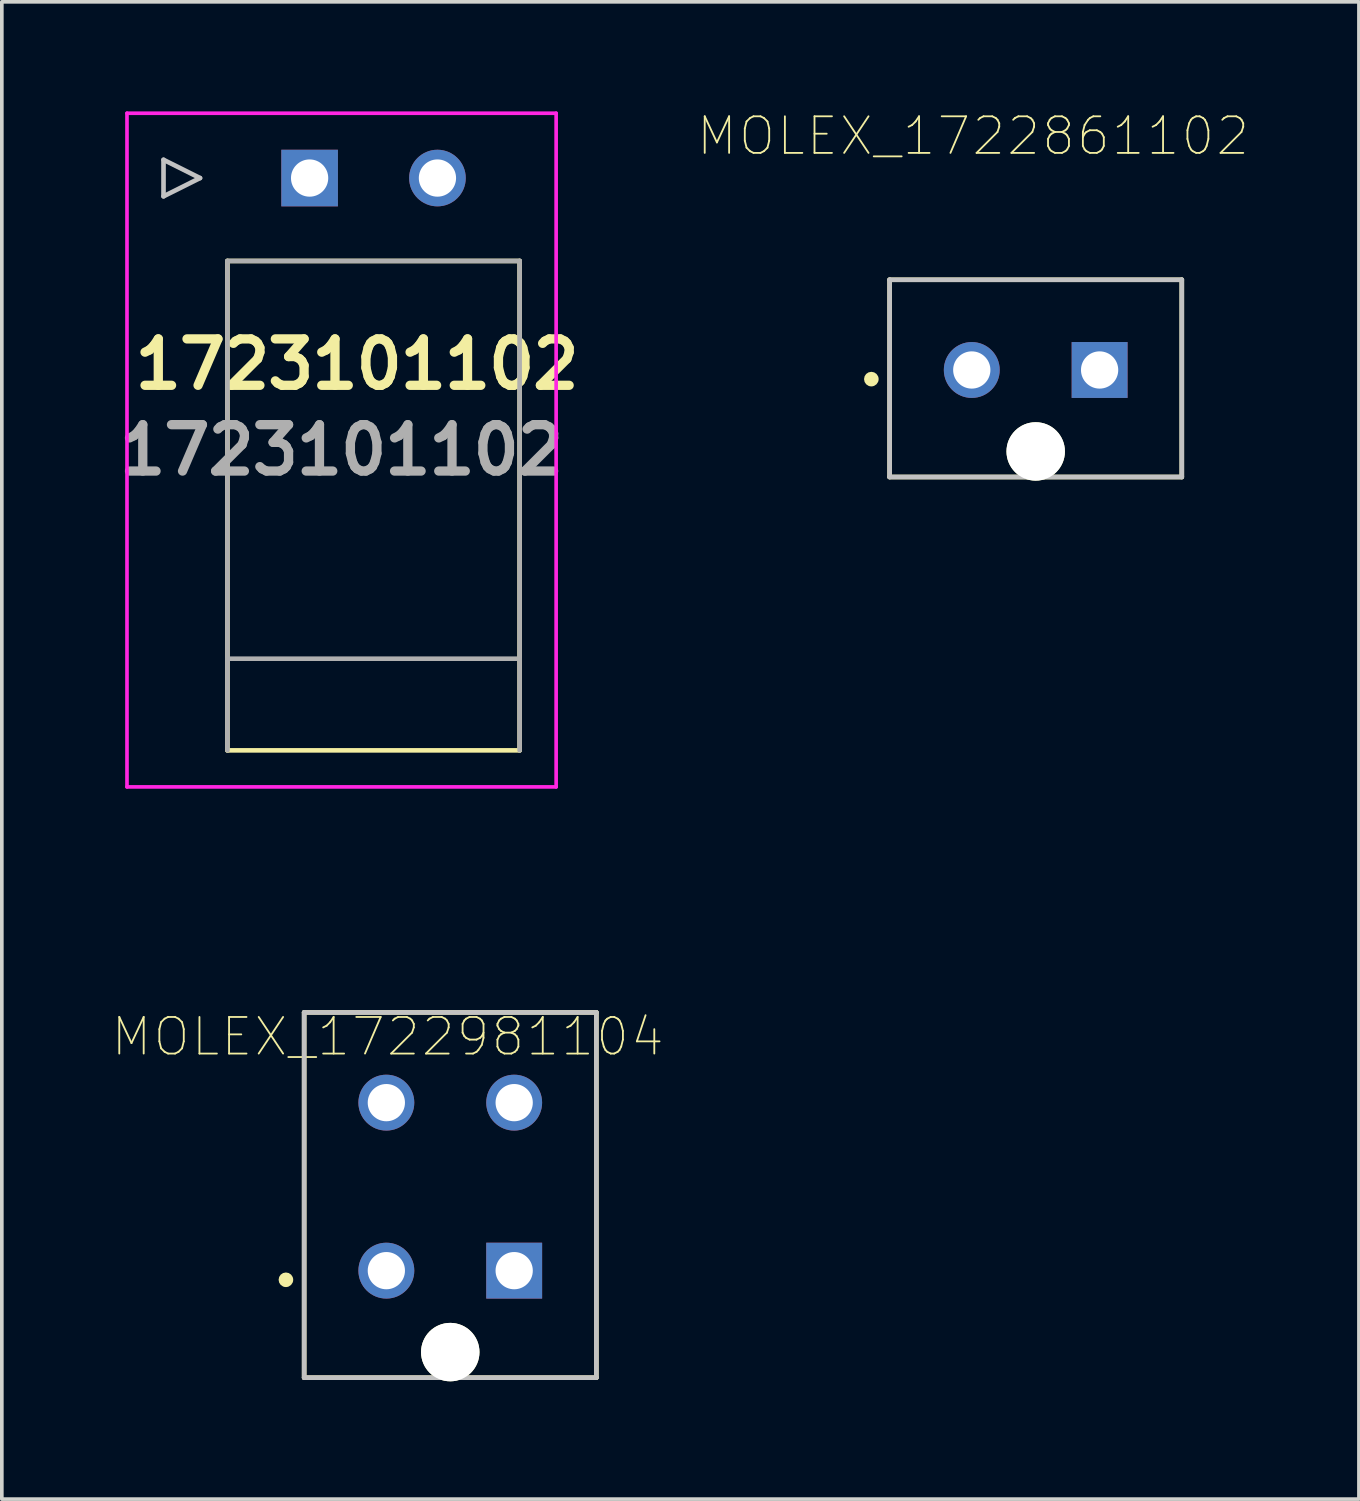
<source format=kicad_pcb>
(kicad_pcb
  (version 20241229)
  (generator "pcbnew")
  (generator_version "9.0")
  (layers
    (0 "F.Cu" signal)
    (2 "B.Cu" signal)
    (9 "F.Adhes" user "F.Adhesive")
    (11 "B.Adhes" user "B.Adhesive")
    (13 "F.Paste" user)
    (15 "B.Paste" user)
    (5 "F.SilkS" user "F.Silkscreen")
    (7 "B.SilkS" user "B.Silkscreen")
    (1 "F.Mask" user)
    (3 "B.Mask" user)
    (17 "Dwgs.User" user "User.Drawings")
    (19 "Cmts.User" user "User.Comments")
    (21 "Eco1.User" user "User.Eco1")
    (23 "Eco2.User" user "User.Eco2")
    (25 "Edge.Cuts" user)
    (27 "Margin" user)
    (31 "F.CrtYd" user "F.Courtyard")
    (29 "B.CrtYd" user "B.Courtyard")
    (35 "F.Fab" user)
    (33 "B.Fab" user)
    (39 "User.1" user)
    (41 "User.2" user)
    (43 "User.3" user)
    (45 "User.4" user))
  (footprint "MOLEX_1722981104"
    (layer "F.Cu")
    (at 9.278 33.97)
    (property "Reference" "MOLEX_1722981104" (at -1.714 -8.635 0) (layer "F.SilkS") (effects (font (size 1.002 1.002) (thickness 0.05))))
    (attr through_hole)
    (fp_line (start -4 -9.3) (end -4 0.7) (stroke (width 0.127) (type solid)) (layer "F.SilkS"))
    (fp_line (start -4 0.7) (end 4 0.7) (stroke (width 0.127) (type solid)) (layer "F.SilkS"))
    (fp_line (start 4 -9.3) (end -4 -9.3) (stroke (width 0.127) (type solid)) (layer "F.SilkS"))
    (fp_line (start 4 0.7) (end 4 -9.3) (stroke (width 0.127) (type solid)) (layer "F.SilkS"))
    (fp_circle (center -4.5 -1.98) (end -4.4 -1.98) (stroke (width 0.2) (type solid)) (fill no) (layer "F.SilkS"))
    (fp_line (start -4 -9.3) (end -4 0.7) (stroke (width 0.127) (type solid)) (layer "Dwgs.User"))
    (fp_line (start -4 0.7) (end 4 0.7) (stroke (width 0.127) (type solid)) (layer "Dwgs.User"))
    (fp_line (start 4 -9.3) (end -4 -9.3) (stroke (width 0.127) (type solid)) (layer "Dwgs.User"))
    (fp_line (start 4 0.7) (end 4 -9.3) (stroke (width 0.127) (type solid)) (layer "Dwgs.User"))
    (fp_line (start -4.25 -12.4) (end 4.25 -12.4) (stroke (width 0.05) (type solid)) (layer "Eco1.User"))
    (fp_line (start -4.25 1) (end -4.25 -12.4) (stroke (width 0.05) (type solid)) (layer "Eco1.User"))
    (fp_line (start 4.25 -12.4) (end 4.25 1) (stroke (width 0.05) (type solid)) (layer "Eco1.User"))
    (fp_line (start 4.25 1) (end -4.25 1) (stroke (width 0.05) (type solid)) (layer "Eco1.User"))
    (pad "" np_thru_hole circle (at 0 0) (size 1.6 1.6) (drill 1.6) (layers "*.Cu" "*.Mask" "F.SilkS"))
    (pad "1" thru_hole rect (at 1.75 -2.23) (size 1.53 1.53) (drill 1.02) (layers "*.Cu" "*.Mask"))
    (pad "2" thru_hole circle (at -1.75 -2.23) (size 1.53 1.53) (drill 1.02) (layers "*.Cu" "*.Mask"))
    (pad "3" thru_hole circle (at 1.75 -6.83) (size 1.53 1.53) (drill 1.02) (layers "*.Cu" "*.Mask"))
    (pad "4" thru_hole circle (at -1.75 -6.83) (size 1.53 1.53) (drill 1.02) (layers "*.Cu" "*.Mask")))
  (footprint "1723101102"
    (layer "F.Cu")
    (at 5.427 1.825)
    (property "Reference" "1723101102" (at 1.3 5.1 0) (layer "F.SilkS") (effects (font (size 1.27 1.27) (thickness 0.254))))
    (attr through_hole)
    (fp_line (start -2.25 2.27) (end 5.75 2.27) (stroke (width 0.127) (type solid)) (layer "F.SilkS"))
    (fp_line (start -2.25 15.67) (end -2.25 2.27) (stroke (width 0.127) (type solid)) (layer "F.SilkS"))
    (fp_line (start 5.75 2.27) (end 5.75 15.67) (stroke (width 0.127) (type solid)) (layer "F.SilkS"))
    (fp_line (start 5.75 15.67) (end -2.25 15.67) (stroke (width 0.127) (type solid)) (layer "F.SilkS"))
    (fp_line (start -4 -0.5) (end -3 0) (stroke (width 0.127) (type solid)) (layer "Dwgs.User"))
    (fp_line (start -4 0.5) (end -4 -0.5) (stroke (width 0.127) (type solid)) (layer "Dwgs.User"))
    (fp_line (start -3 0) (end -4 0.5) (stroke (width 0.127) (type solid)) (layer "Dwgs.User"))
    (fp_line (start -5 -1.775) (end 6.75 -1.775) (stroke (width 0.1) (type solid)) (layer "F.CrtYd"))
    (fp_line (start -5 16.67) (end -5 -1.775) (stroke (width 0.1) (type solid)) (layer "F.CrtYd"))
    (fp_line (start 6.75 -1.775) (end 6.75 16.67) (stroke (width 0.1) (type solid)) (layer "F.CrtYd"))
    (fp_line (start 6.75 16.67) (end -5 16.67) (stroke (width 0.1) (type solid)) (layer "F.CrtYd"))
    (fp_line (start -2.25 2.27) (end 5.75 2.27) (stroke (width 0.127) (type solid)) (layer "F.Fab"))
    (fp_line (start -2.25 15.67) (end -2.25 2.27) (stroke (width 0.127) (type solid)) (layer "F.Fab"))
    (fp_line (start 5.75 2.27) (end 5.75 15.67) (stroke (width 0.127) (type solid)) (layer "F.Fab"))
    (fp_line (start 5.75 13.16) (end -2.25 13.16) (stroke (width 0.127) (type solid)) (layer "F.Fab"))
    (fp_text user "${REFERENCE}" (at 0.875 7.448 0) (layer "F.Fab") (effects (font (size 1.27 1.27) (thickness 0.254))))
    (pad "" np_thru_hole circle (at 1.75 7.91) (size 0.001 0.001) (drill 3.05) (layers "*.Cu" "*.Mask"))
    (pad "1" thru_hole rect (at 0 0) (size 1.55 1.55) (drill 1.02) (layers "*.Cu" "*.Mask"))
    (pad "2" thru_hole circle (at 3.5 0) (size 1.55 1.55) (drill 1.02) (layers "*.Cu" "*.Mask")))
  (footprint "MOLEX_1722861102"
    (layer "F.Cu")
    (at 25.307 9.31)
    (property "Reference" "MOLEX_1722861102" (at -1.714 -8.635 0) (layer "F.SilkS") (effects (font (size 1.002 1.002) (thickness 0.05))))
    (attr through_hole)
    (fp_line (start -4 -4.7) (end -4 0.7) (stroke (width 0.127) (type solid)) (layer "F.SilkS"))
    (fp_line (start -4 0.7) (end 4 0.7) (stroke (width 0.127) (type solid)) (layer "F.SilkS"))
    (fp_line (start 4 -4.7) (end -4 -4.7) (stroke (width 0.127) (type solid)) (layer "F.SilkS"))
    (fp_line (start 4 0.7) (end 4 -4.7) (stroke (width 0.127) (type solid)) (layer "F.SilkS"))
    (fp_circle (center -4.5 -1.98) (end -4.4 -1.98) (stroke (width 0.2) (type solid)) (fill no) (layer "F.SilkS"))
    (fp_line (start -4 -4.7) (end -4 0.7) (stroke (width 0.127) (type solid)) (layer "Dwgs.User"))
    (fp_line (start -4 0.7) (end 4 0.7) (stroke (width 0.127) (type solid)) (layer "Dwgs.User"))
    (fp_line (start 4 -4.7) (end -4 -4.7) (stroke (width 0.127) (type solid)) (layer "Dwgs.User"))
    (fp_line (start 4 0.7) (end 4 -4.7) (stroke (width 0.127) (type solid)) (layer "Dwgs.User"))
    (fp_line (start -4.25 -8) (end 4.25 -8) (stroke (width 0.05) (type solid)) (layer "Eco1.User"))
    (fp_line (start -4.25 1) (end -4.25 -8) (stroke (width 0.05) (type solid)) (layer "Eco1.User"))
    (fp_line (start 4.25 -8) (end 4.25 1) (stroke (width 0.05) (type solid)) (layer "Eco1.User"))
    (fp_line (start 4.25 1) (end -4.25 1) (stroke (width 0.05) (type solid)) (layer "Eco1.User"))
    (pad "" np_thru_hole circle (at 0 0) (size 1.6 1.6) (drill 1.6) (layers "*.Cu" "*.Mask" "F.SilkS"))
    (pad "1" thru_hole rect (at 1.75 -2.23) (size 1.53 1.53) (drill 1.02) (layers "*.Cu" "*.Mask"))
    (pad "2" thru_hole circle (at -1.75 -2.23) (size 1.53 1.53) (drill 1.02) (layers "*.Cu" "*.Mask")))
  (gr_rect
    (start -3 -3)
    (end 34.157 37.995)
    (stroke (width 0.1) (type default))
    (fill no)
    (layer "Edge.Cuts")))
</source>
